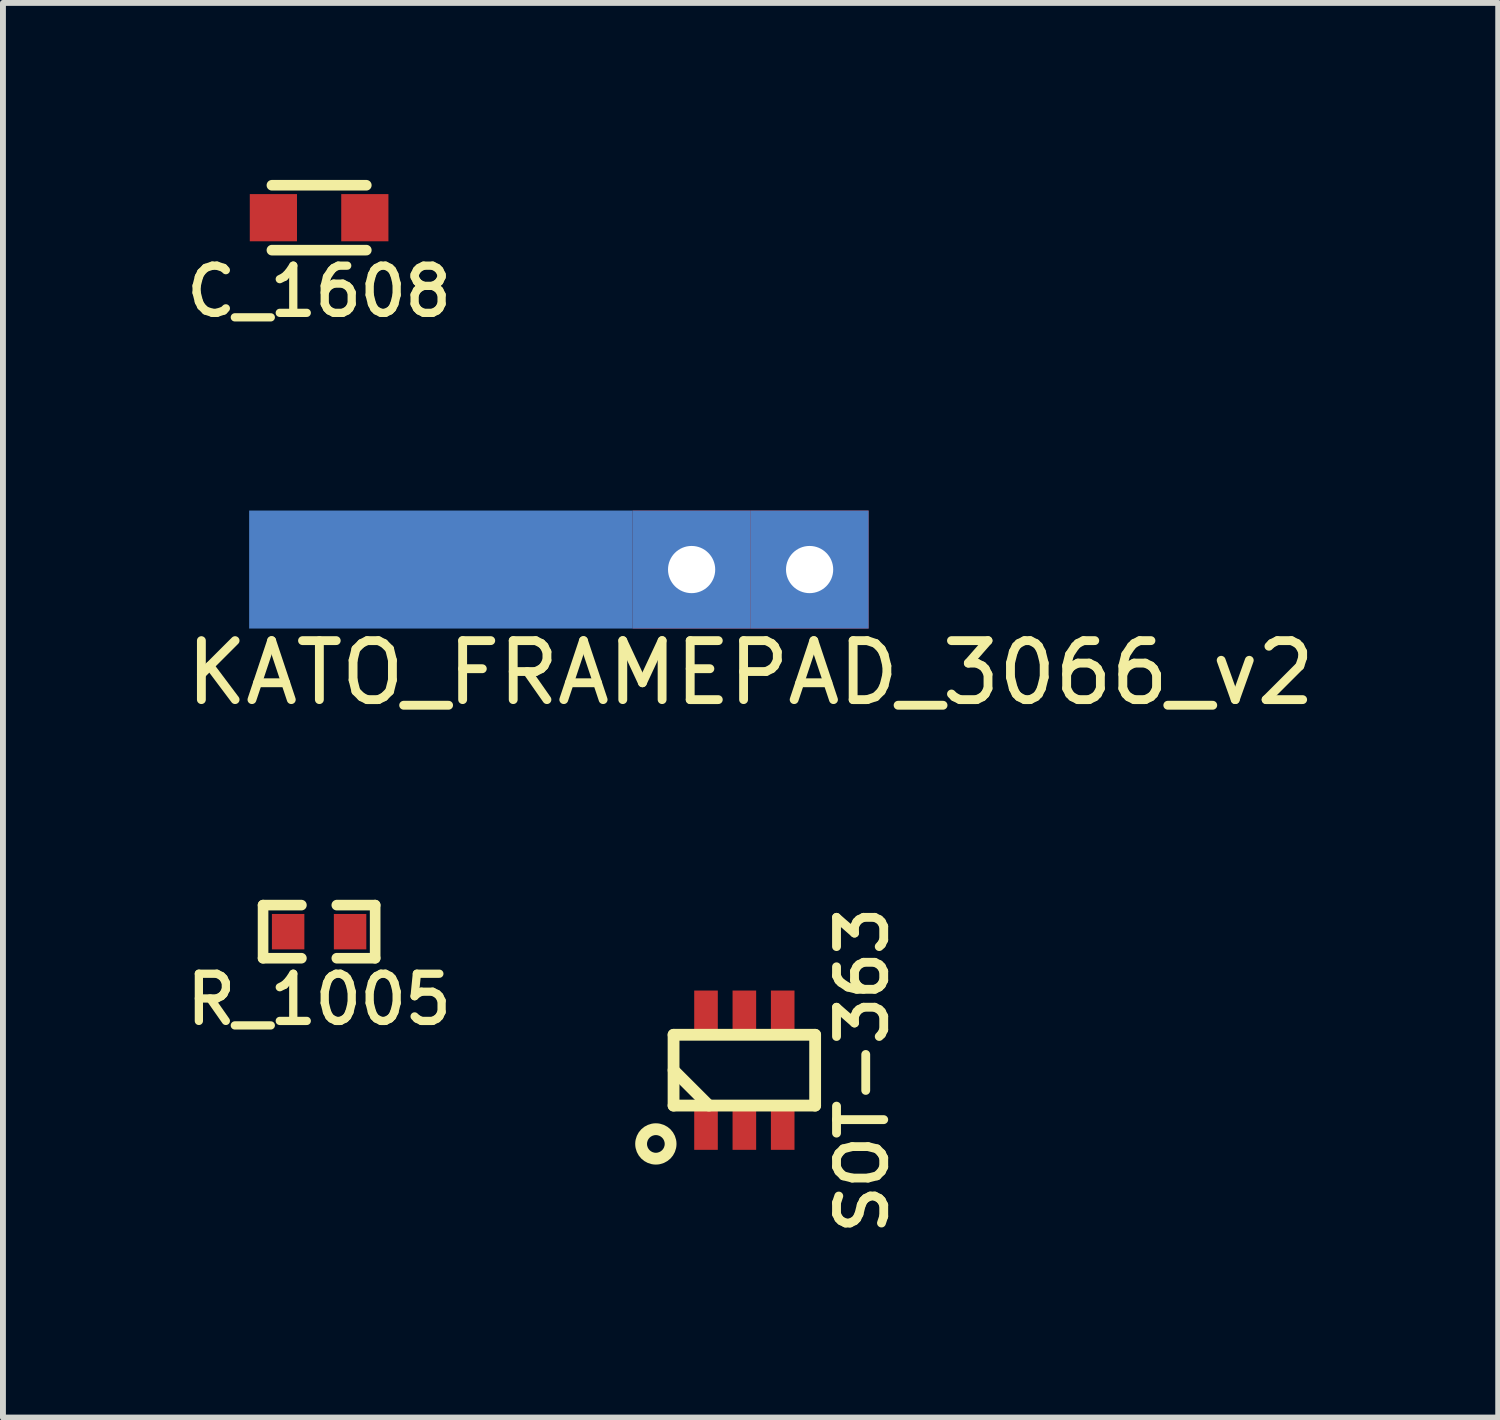
<source format=kicad_pcb>
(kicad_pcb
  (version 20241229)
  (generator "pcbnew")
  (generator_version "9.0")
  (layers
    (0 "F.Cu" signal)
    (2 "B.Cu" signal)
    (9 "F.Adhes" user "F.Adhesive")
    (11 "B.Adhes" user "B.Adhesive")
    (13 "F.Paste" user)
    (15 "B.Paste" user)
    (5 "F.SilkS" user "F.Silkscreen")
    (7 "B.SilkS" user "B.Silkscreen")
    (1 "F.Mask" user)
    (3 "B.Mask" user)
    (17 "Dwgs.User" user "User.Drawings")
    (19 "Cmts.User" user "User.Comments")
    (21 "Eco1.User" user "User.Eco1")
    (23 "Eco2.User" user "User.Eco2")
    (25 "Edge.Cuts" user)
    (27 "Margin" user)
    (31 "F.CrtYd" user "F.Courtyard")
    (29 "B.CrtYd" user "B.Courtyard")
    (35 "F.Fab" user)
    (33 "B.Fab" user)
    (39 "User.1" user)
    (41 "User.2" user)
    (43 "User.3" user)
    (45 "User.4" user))
  (footprint "SOT-363"
    (layer "F.Cu")
    (at 9.567 15.09)
    (property "Reference" "SOT-363" (at 2 0 90) (layer "F.SilkS") (effects (font (size 0.8 0.8) (thickness 0.15))))
    (attr smd)
    (fp_line (start -1.2 -0.6) (end -1.2 0.6) (stroke (width 0.2) (type solid)) (layer "F.SilkS"))
    (fp_line (start -1.2 0) (end -0.6 0.6) (stroke (width 0.2) (type solid)) (layer "F.SilkS"))
    (fp_line (start -1.2 0.6) (end 1.2 0.6) (stroke (width 0.2) (type solid)) (layer "F.SilkS"))
    (fp_line (start 1.2 -0.6) (end -1.2 -0.6) (stroke (width 0.2) (type solid)) (layer "F.SilkS"))
    (fp_line (start 1.2 -0.6) (end 1.2 0.6) (stroke (width 0.2) (type solid)) (layer "F.SilkS"))
    (fp_circle (center -1.5 1.25) (end -1.25 1.25) (stroke (width 0.2) (type solid)) (fill no) (layer "F.SilkS"))
    (pad "1" smd rect (at -0.65 0.95) (size 0.4 0.8) (layers "F.Cu" "F.Mask" "F.Paste"))
    (pad "2" smd rect (at 0 0.95) (size 0.4 0.8) (layers "F.Cu" "F.Mask" "F.Paste"))
    (pad "3" smd rect (at 0.65 0.95) (size 0.4 0.8) (layers "F.Cu" "F.Mask" "F.Paste"))
    (pad "4" smd rect (at 0.65 -0.95) (size 0.4 0.8) (layers "F.Cu" "F.Mask" "F.Paste"))
    (pad "5" smd rect (at 0 -0.95) (size 0.4 0.8) (layers "F.Cu" "F.Mask" "F.Paste"))
    (pad "6" smd rect (at -0.65 -0.95) (size 0.4 0.8) (layers "F.Cu" "F.Mask" "F.Paste")))
  (footprint "C_1608"
    (layer "F.Cu")
    (at 2.359 0.64)
    (property "Reference" "C_1608" (at 0 1.25 0) (layer "F.SilkS") (effects (font (size 0.8 0.8) (thickness 0.14))))
    (attr smd)
    (fp_line (start -0.8 -0.55) (end 0.8 -0.55) (stroke (width 0.18) (type solid)) (layer "F.SilkS"))
    (fp_line (start 0.8 0.55) (end -0.8 0.55) (stroke (width 0.18) (type solid)) (layer "F.SilkS"))
    (pad "1" smd rect (at -0.775 0) (size 0.8 0.8) (layers "F.Cu" "F.Mask" "F.Paste"))
    (pad "2" smd rect (at 0.775 0) (size 0.8 0.8) (layers "F.Cu" "F.Mask" "F.Paste")))
  (footprint "R_1005"
    (layer "F.Cu")
    (at 2.359 12.742)
    (property "Reference" "R_1005" (at 0 1.15 0) (layer "F.SilkS") (effects (font (size 0.8 0.8) (thickness 0.14))))
    (attr smd)
    (fp_line (start -0.95 -0.45) (end -0.95 0.45) (stroke (width 0.18) (type solid)) (layer "F.SilkS"))
    (fp_line (start -0.95 0.45) (end -0.3 0.45) (stroke (width 0.18) (type solid)) (layer "F.SilkS"))
    (fp_line (start -0.3 -0.45) (end -0.95 -0.45) (stroke (width 0.18) (type solid)) (layer "F.SilkS"))
    (fp_line (start 0.3 -0.45) (end 0.95 -0.45) (stroke (width 0.18) (type solid)) (layer "F.SilkS"))
    (fp_line (start 0.95 -0.45) (end 0.95 0.45) (stroke (width 0.18) (type solid)) (layer "F.SilkS"))
    (fp_line (start 0.95 0.45) (end 0.3 0.45) (stroke (width 0.18) (type solid)) (layer "F.SilkS"))
    (pad "1" smd rect (at -0.525 0) (size 0.55 0.6) (layers "F.Cu" "F.Mask" "F.Paste"))
    (pad "2" smd rect (at 0.525 0) (size 0.55 0.6) (layers "F.Cu" "F.Mask" "F.Paste")))
  (footprint "KATO_FRAMEPAD_3066_v2"
    (layer "F.Cu")
    (at 9.673 6.604)
    (property "Reference" "KATO_FRAMEPAD_3066_v2" (at 0 1.75 0) (layer "F.SilkS") (effects (font (size 1 1) (thickness 0.15))))
    (attr through_hole)
    (pad "1" smd rect (at -5.25 0) (size 6.5 2) (layers "B.Cu" "B.Mask" "B.Paste"))
    (pad "1" thru_hole rect (at -1 0) (size 2 2) (drill 0.8) (layers "*.Cu" "*.Mask"))
    (pad "1" thru_hole rect (at 1 0) (size 2 2) (drill 0.8) (layers "*.Cu" "*.Mask")))
  (gr_rect
    (start -3 -3)
    (end 22.345 20.978)
    (stroke (width 0.1) (type default))
    (fill no)
    (layer "Edge.Cuts")))
</source>
